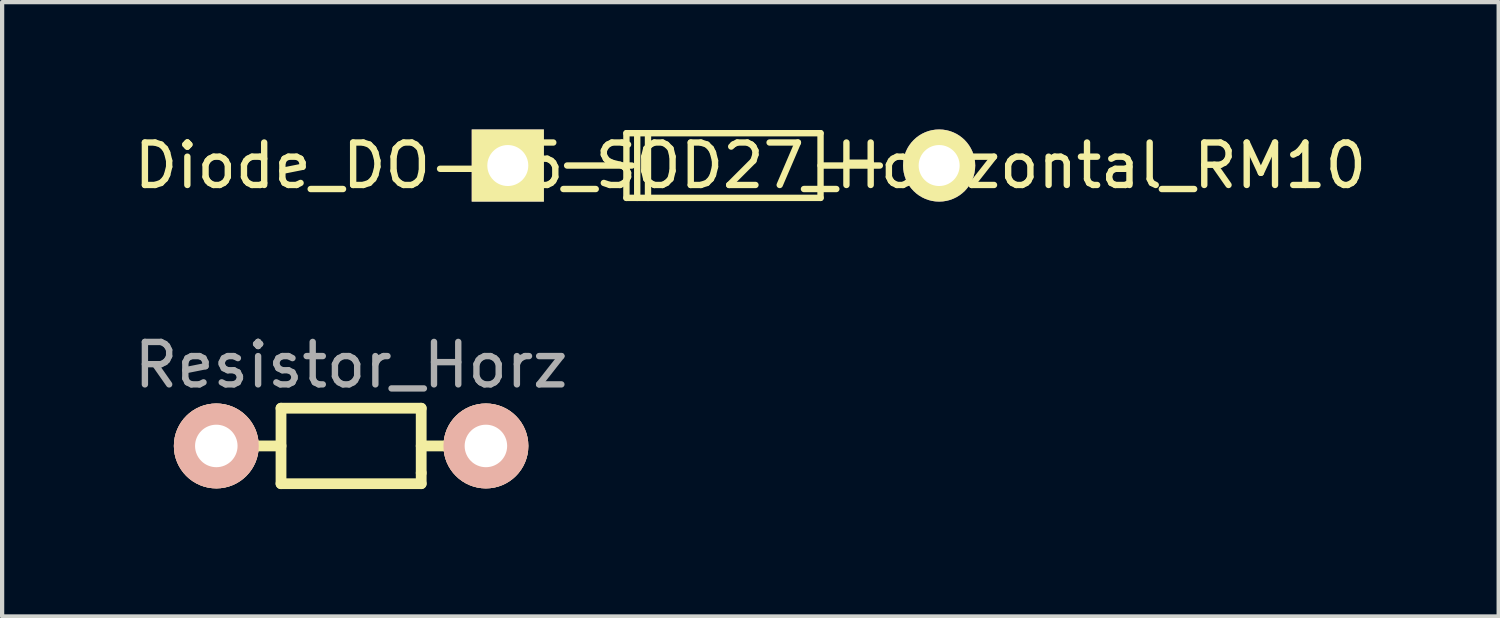
<source format=kicad_pcb>
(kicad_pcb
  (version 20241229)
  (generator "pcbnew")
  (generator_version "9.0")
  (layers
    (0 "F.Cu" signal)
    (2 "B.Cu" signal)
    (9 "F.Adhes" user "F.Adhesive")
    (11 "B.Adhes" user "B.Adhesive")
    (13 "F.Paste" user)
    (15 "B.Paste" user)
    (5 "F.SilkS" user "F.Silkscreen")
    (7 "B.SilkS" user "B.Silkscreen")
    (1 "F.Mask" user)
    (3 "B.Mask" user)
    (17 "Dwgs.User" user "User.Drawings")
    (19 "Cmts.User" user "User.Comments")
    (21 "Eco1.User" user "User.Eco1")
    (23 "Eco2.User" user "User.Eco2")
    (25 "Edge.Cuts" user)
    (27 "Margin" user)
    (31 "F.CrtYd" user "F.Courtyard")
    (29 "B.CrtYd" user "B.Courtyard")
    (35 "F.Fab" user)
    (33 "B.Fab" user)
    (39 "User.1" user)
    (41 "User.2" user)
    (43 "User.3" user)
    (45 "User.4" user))
  (footprint "Diode_DO-35_SOD27_Horizontal_RM10"
    (layer "F.Cu")
    (at 8.91 0.852)
    (property "Reference" "Diode_DO-35_SOD27_Horizontal_RM10" (at 5.715 0 0) (layer "F.SilkS") (effects (font (size 1 1) (thickness 0.15))))
    (attr through_hole)
    (fp_line (start 2.795 -0.765) (end 2.795 -0.003) (stroke (width 0.15) (type solid)) (layer "F.SilkS"))
    (fp_line (start 2.795 -0.003) (end 2.795 0.759) (stroke (width 0.15) (type solid)) (layer "F.SilkS"))
    (fp_line (start 2.795 0.759) (end 7.367 0.759) (stroke (width 0.15) (type solid)) (layer "F.SilkS"))
    (fp_line (start 2.922 -0.003) (end 1.398 -0.003) (stroke (width 0.15) (type solid)) (layer "F.SilkS"))
    (fp_line (start 3.049 -0.765) (end 3.049 0.759) (stroke (width 0.15) (type solid)) (layer "F.SilkS"))
    (fp_line (start 3.303 -0.765) (end 3.303 0.759) (stroke (width 0.15) (type solid)) (layer "F.SilkS"))
    (fp_line (start 7.367 -0.765) (end 2.795 -0.765) (stroke (width 0.15) (type solid)) (layer "F.SilkS"))
    (fp_line (start 7.367 -0.003) (end 8.764 -0.003) (stroke (width 0.15) (type solid)) (layer "F.SilkS"))
    (fp_line (start 7.367 0.759) (end 7.367 -0.765) (stroke (width 0.15) (type solid)) (layer "F.SilkS"))
    (pad "1" thru_hole rect (at 0.001 -0.003 180) (size 1.699 1.699) (drill 0.965) (layers "*.Cu" "*.Mask" "F.SilkS"))
    (pad "2" thru_hole circle (at 10.161 -0.003 180) (size 1.699 1.699) (drill 0.965) (layers "*.Cu" "*.Mask" "F.SilkS")))
  (footprint "Resistor_Horz"
    (layer "F.Cu")
    (at 5.22 7.454)
    (property "Reference" "Resistor_Horz" (at 0 -1.905 0) (layer "F.Fab") (effects (font (size 1 1) (thickness 0.15))))
    (attr through_hole)
    (fp_line (start -1.651 -0.889) (end 1.651 -0.889) (stroke (width 0.254) (type solid)) (layer "F.SilkS"))
    (fp_line (start -1.651 0) (end -2.413 0) (stroke (width 0.254) (type solid)) (layer "F.SilkS"))
    (fp_line (start -1.651 0.889) (end -1.651 -0.889) (stroke (width 0.254) (type solid)) (layer "F.SilkS"))
    (fp_line (start 1.651 -0.889) (end 1.651 0.635) (stroke (width 0.254) (type solid)) (layer "F.SilkS"))
    (fp_line (start 1.651 0) (end 2.413 0) (stroke (width 0.254) (type solid)) (layer "F.SilkS"))
    (fp_line (start 1.651 0.889) (end -1.651 0.889) (stroke (width 0.254) (type solid)) (layer "F.SilkS"))
    (fp_line (start 1.651 0.889) (end 1.651 0.635) (stroke (width 0.254) (type solid)) (layer "F.SilkS"))
    (pad "1" thru_hole circle (at -3.175 0) (size 1.999 1.999) (drill 1.001) (layers "*.Cu" "*.SilkS" "*.Mask"))
    (pad "2" thru_hole circle (at 3.175 0) (size 1.999 1.999) (drill 1.001) (layers "*.Cu" "*.SilkS" "*.Mask")))
  (gr_rect
    (start -3 -3)
    (end 32.25 11.47)
    (stroke (width 0.1) (type default))
    (fill no)
    (layer "Edge.Cuts")))
</source>
